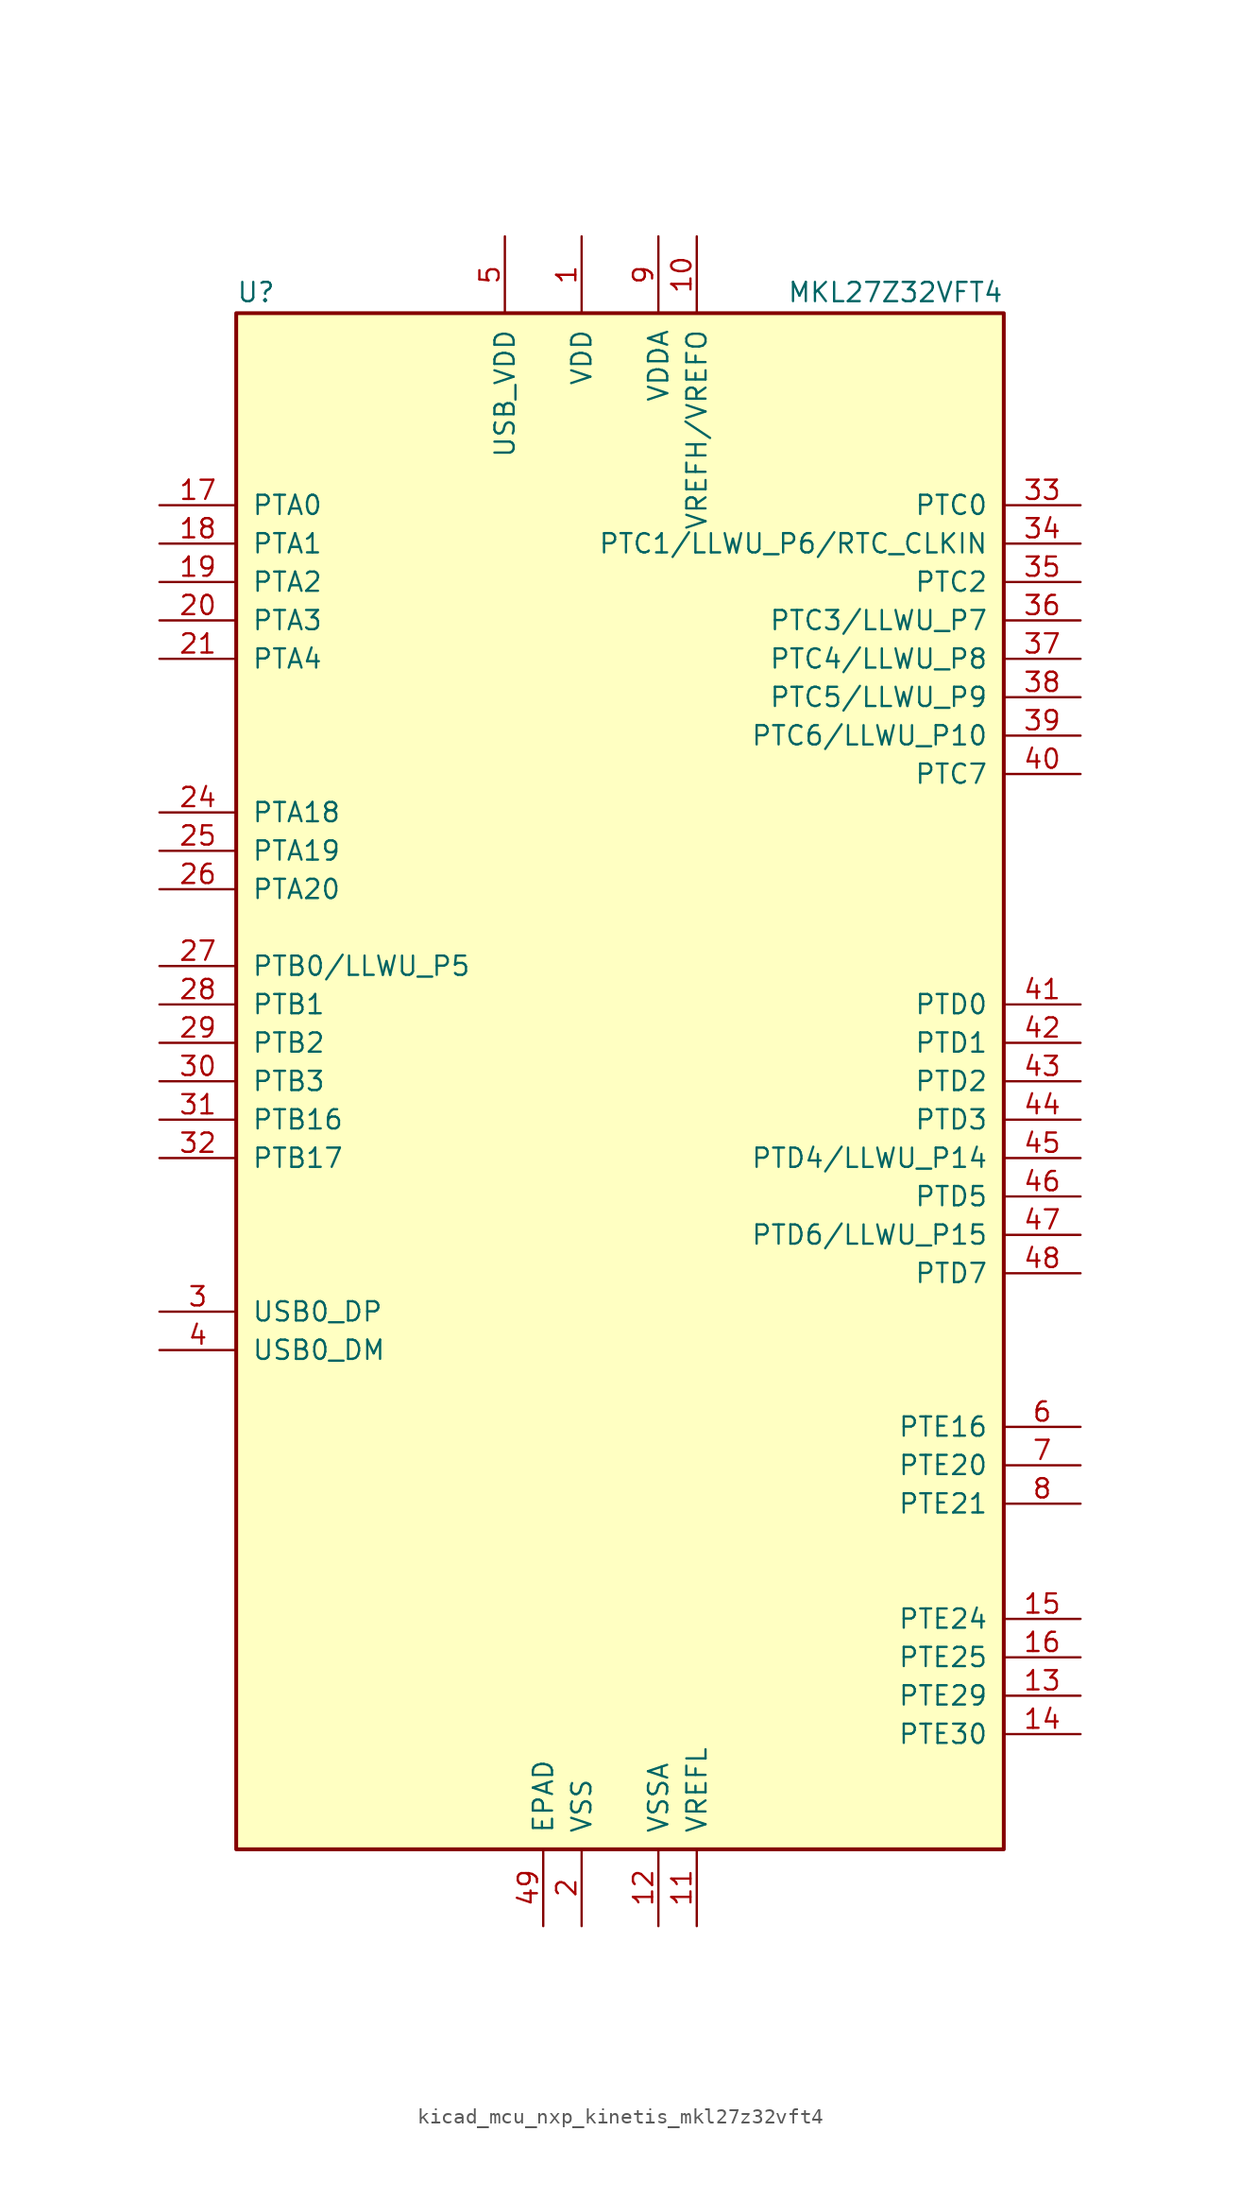
<source format=kicad_sym>
(kicad_symbol_lib
  (version 20220914)
  (generator kicad_symbol_editor)
  (symbol "kicad_mcu_nxp_kinetis_mkl27z32vft4"
    (pin_names
      (offset 1.016))
    (property "Reference" "U"
      (at -25.4 51.435 0)
      (effects (font (size 1.27 1.27)) (justify left bottom)))
    (property "Value" "MKL27Z32VFT4"
      (at 25.4 51.435 0)
      (effects (font (size 1.27 1.27)) (justify right bottom)))
    (symbol "kicad_mcu_nxp_kinetis_mkl27z32vft4_0_1"
      (rectangle (start -25.4 50.8) (end 25.4 -50.8) (stroke (width 0.254) (type default)) (fill (type background))))
    (symbol "kicad_mcu_nxp_kinetis_mkl27z32vft4_1_1"
      (pin power_in line (at -2.54 55.88 270) (length 5.08) (name "VDD" (effects (font (size 1.27 1.27)))) (number "1" (effects (font (size 1.27 1.27)))))
      (pin power_in line (at 5.08 55.88 270) (length 5.08) (name "VREFH/VREFO" (effects (font (size 1.27 1.27)))) (number "10" (effects (font (size 1.27 1.27)))))
      (pin power_in line (at 5.08 -55.88 90) (length 5.08) (name "VREFL" (effects (font (size 1.27 1.27)))) (number "11" (effects (font (size 1.27 1.27)))))
      (pin power_in line (at 2.54 -55.88 90) (length 5.08) (name "VSSA" (effects (font (size 1.27 1.27)))) (number "12" (effects (font (size 1.27 1.27)))))
      (pin bidirectional line (at 30.48 -40.64 180) (length 5.08) (name "PTE29" (effects (font (size 1.27 1.27)))) (number "13" (effects (font (size 1.27 1.27)))))
      (pin bidirectional line (at 30.48 -43.18 180) (length 5.08) (name "PTE30" (effects (font (size 1.27 1.27)))) (number "14" (effects (font (size 1.27 1.27)))))
      (pin bidirectional line (at 30.48 -35.56 180) (length 5.08) (name "PTE24" (effects (font (size 1.27 1.27)))) (number "15" (effects (font (size 1.27 1.27)))))
      (pin bidirectional line (at 30.48 -38.1 180) (length 5.08) (name "PTE25" (effects (font (size 1.27 1.27)))) (number "16" (effects (font (size 1.27 1.27)))))
      (pin bidirectional line (at -30.48 38.1 0) (length 5.08) (name "PTA0" (effects (font (size 1.27 1.27)))) (number "17" (effects (font (size 1.27 1.27)))))
      (pin bidirectional line (at -30.48 35.56 0) (length 5.08) (name "PTA1" (effects (font (size 1.27 1.27)))) (number "18" (effects (font (size 1.27 1.27)))))
      (pin bidirectional line (at -30.48 33.02 0) (length 5.08) (name "PTA2" (effects (font (size 1.27 1.27)))) (number "19" (effects (font (size 1.27 1.27)))))
      (pin power_in line (at -2.54 -55.88 90) (length 5.08) (name "VSS" (effects (font (size 1.27 1.27)))) (number "2" (effects (font (size 1.27 1.27)))))
      (pin bidirectional line (at -30.48 30.48 0) (length 5.08) (name "PTA3" (effects (font (size 1.27 1.27)))) (number "20" (effects (font (size 1.27 1.27)))))
      (pin bidirectional line (at -30.48 27.94 0) (length 5.08) (name "PTA4" (effects (font (size 1.27 1.27)))) (number "21" (effects (font (size 1.27 1.27)))))
      (pin passive line (at -2.54 55.88 270) (length 5.08) hide (name "VDD" (effects (font (size 1.27 1.27)))) (number "22" (effects (font (size 1.27 1.27)))))
      (pin passive line (at -2.54 -55.88 90) (length 5.08) hide (name "VSS" (effects (font (size 1.27 1.27)))) (number "23" (effects (font (size 1.27 1.27)))))
      (pin bidirectional line (at -30.48 17.78 0) (length 5.08) (name "PTA18" (effects (font (size 1.27 1.27)))) (number "24" (effects (font (size 1.27 1.27)))))
      (pin bidirectional line (at -30.48 15.24 0) (length 5.08) (name "PTA19" (effects (font (size 1.27 1.27)))) (number "25" (effects (font (size 1.27 1.27)))))
      (pin bidirectional line (at -30.48 12.7 0) (length 5.08) (name "PTA20" (effects (font (size 1.27 1.27)))) (number "26" (effects (font (size 1.27 1.27)))))
      (pin bidirectional line (at -30.48 7.62 0) (length 5.08) (name "PTB0/LLWU_P5" (effects (font (size 1.27 1.27)))) (number "27" (effects (font (size 1.27 1.27)))))
      (pin bidirectional line (at -30.48 5.08 0) (length 5.08) (name "PTB1" (effects (font (size 1.27 1.27)))) (number "28" (effects (font (size 1.27 1.27)))))
      (pin bidirectional line (at -30.48 2.54 0) (length 5.08) (name "PTB2" (effects (font (size 1.27 1.27)))) (number "29" (effects (font (size 1.27 1.27)))))
      (pin bidirectional line (at -30.48 -15.24 0) (length 5.08) (name "USB0_DP" (effects (font (size 1.27 1.27)))) (number "3" (effects (font (size 1.27 1.27)))))
      (pin bidirectional line (at -30.48 0 0) (length 5.08) (name "PTB3" (effects (font (size 1.27 1.27)))) (number "30" (effects (font (size 1.27 1.27)))))
      (pin bidirectional line (at -30.48 -2.54 0) (length 5.08) (name "PTB16" (effects (font (size 1.27 1.27)))) (number "31" (effects (font (size 1.27 1.27)))))
      (pin bidirectional line (at -30.48 -5.08 0) (length 5.08) (name "PTB17" (effects (font (size 1.27 1.27)))) (number "32" (effects (font (size 1.27 1.27)))))
      (pin bidirectional line (at 30.48 38.1 180) (length 5.08) (name "PTC0" (effects (font (size 1.27 1.27)))) (number "33" (effects (font (size 1.27 1.27)))))
      (pin bidirectional line (at 30.48 35.56 180) (length 5.08) (name "PTC1/LLWU_P6/RTC_CLKIN" (effects (font (size 1.27 1.27)))) (number "34" (effects (font (size 1.27 1.27)))))
      (pin bidirectional line (at 30.48 33.02 180) (length 5.08) (name "PTC2" (effects (font (size 1.27 1.27)))) (number "35" (effects (font (size 1.27 1.27)))))
      (pin bidirectional line (at 30.48 30.48 180) (length 5.08) (name "PTC3/LLWU_P7" (effects (font (size 1.27 1.27)))) (number "36" (effects (font (size 1.27 1.27)))))
      (pin bidirectional line (at 30.48 27.94 180) (length 5.08) (name "PTC4/LLWU_P8" (effects (font (size 1.27 1.27)))) (number "37" (effects (font (size 1.27 1.27)))))
      (pin bidirectional line (at 30.48 25.4 180) (length 5.08) (name "PTC5/LLWU_P9" (effects (font (size 1.27 1.27)))) (number "38" (effects (font (size 1.27 1.27)))))
      (pin bidirectional line (at 30.48 22.86 180) (length 5.08) (name "PTC6/LLWU_P10" (effects (font (size 1.27 1.27)))) (number "39" (effects (font (size 1.27 1.27)))))
      (pin bidirectional line (at -30.48 -17.78 0) (length 5.08) (name "USB0_DM" (effects (font (size 1.27 1.27)))) (number "4" (effects (font (size 1.27 1.27)))))
      (pin bidirectional line (at 30.48 20.32 180) (length 5.08) (name "PTC7" (effects (font (size 1.27 1.27)))) (number "40" (effects (font (size 1.27 1.27)))))
      (pin bidirectional line (at 30.48 5.08 180) (length 5.08) (name "PTD0" (effects (font (size 1.27 1.27)))) (number "41" (effects (font (size 1.27 1.27)))))
      (pin bidirectional line (at 30.48 2.54 180) (length 5.08) (name "PTD1" (effects (font (size 1.27 1.27)))) (number "42" (effects (font (size 1.27 1.27)))))
      (pin bidirectional line (at 30.48 0 180) (length 5.08) (name "PTD2" (effects (font (size 1.27 1.27)))) (number "43" (effects (font (size 1.27 1.27)))))
      (pin bidirectional line (at 30.48 -2.54 180) (length 5.08) (name "PTD3" (effects (font (size 1.27 1.27)))) (number "44" (effects (font (size 1.27 1.27)))))
      (pin bidirectional line (at 30.48 -5.08 180) (length 5.08) (name "PTD4/LLWU_P14" (effects (font (size 1.27 1.27)))) (number "45" (effects (font (size 1.27 1.27)))))
      (pin bidirectional line (at 30.48 -7.62 180) (length 5.08) (name "PTD5" (effects (font (size 1.27 1.27)))) (number "46" (effects (font (size 1.27 1.27)))))
      (pin bidirectional line (at 30.48 -10.16 180) (length 5.08) (name "PTD6/LLWU_P15" (effects (font (size 1.27 1.27)))) (number "47" (effects (font (size 1.27 1.27)))))
      (pin bidirectional line (at 30.48 -12.7 180) (length 5.08) (name "PTD7" (effects (font (size 1.27 1.27)))) (number "48" (effects (font (size 1.27 1.27)))))
      (pin power_in line (at -5.08 -55.88 90) (length 5.08) (name "EPAD" (effects (font (size 1.27 1.27)))) (number "49" (effects (font (size 1.27 1.27)))))
      (pin power_in line (at -7.62 55.88 270) (length 5.08) (name "USB_VDD" (effects (font (size 1.27 1.27)))) (number "5" (effects (font (size 1.27 1.27)))))
      (pin bidirectional line (at 30.48 -22.86 180) (length 5.08) (name "PTE16" (effects (font (size 1.27 1.27)))) (number "6" (effects (font (size 1.27 1.27)))))
      (pin bidirectional line (at 30.48 -25.4 180) (length 5.08) (name "PTE20" (effects (font (size 1.27 1.27)))) (number "7" (effects (font (size 1.27 1.27)))))
      (pin bidirectional line (at 30.48 -27.94 180) (length 5.08) (name "PTE21" (effects (font (size 1.27 1.27)))) (number "8" (effects (font (size 1.27 1.27)))))
      (pin power_in line (at 2.54 55.88 270) (length 5.08) (name "VDDA" (effects (font (size 1.27 1.27)))) (number "9" (effects (font (size 1.27 1.27))))))))
</source>
